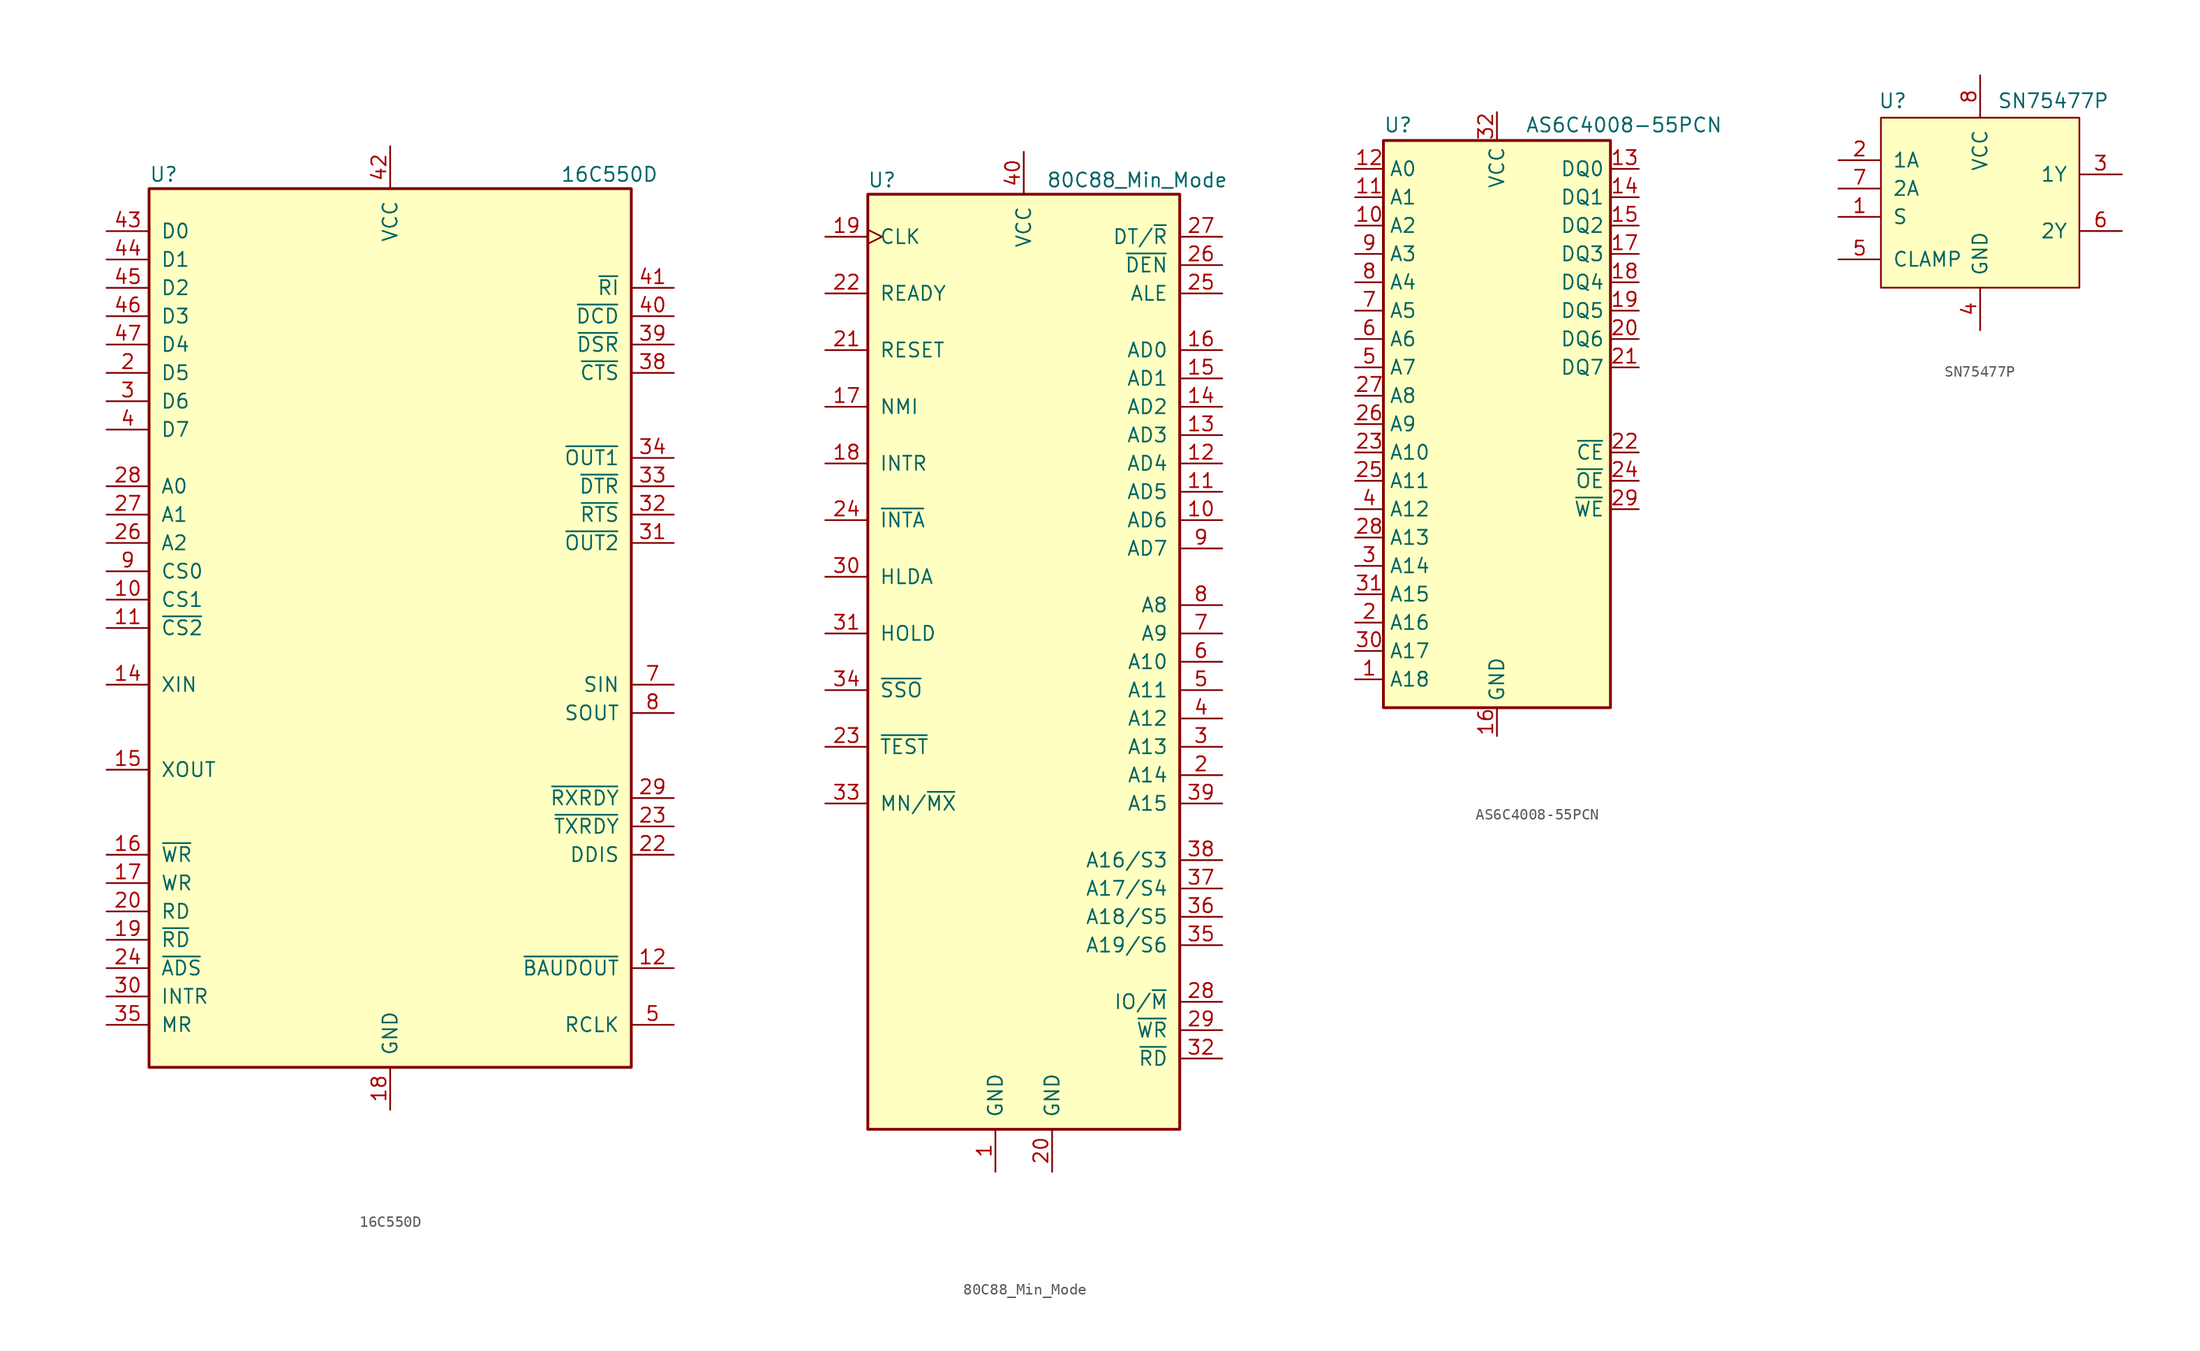
<source format=kicad_sym>
(kicad_symbol_lib
  (version 20231120)
  (generator "kicad_symbol_editor")
  (generator_version "8.0")
  (symbol "16C550D"
    (pin_names
      (offset 1.016))
    (property "Reference" "U"
      (at -21.59 40.64 0)
      (effects (font (size 1.27 1.27)) (justify left)))
    (property "Value" "16C550D"
      (at 15.24 40.64 0)
      (effects (font (size 1.27 1.27)) (justify left)))
    (symbol "16C550D_0_1"
      (rectangle (start -21.59 -39.37) (end 21.59 39.37) (stroke (width 0.254) (type default)) (fill (type background))))
    (symbol "16C550D_1_0"
      (pin no_connect line (at 24.13 35.56 180) (length 2.54) hide (name "NC" (effects (font (size 1.27 1.27)))) (number "1" (effects (font (size 1.27 1.27)))))
      (pin no_connect line (at 24.13 20.32 180) (length 2.54) hide (name "NC" (effects (font (size 1.27 1.27)))) (number "13" (effects (font (size 1.27 1.27)))))
      (pin no_connect line (at 24.13 17.78 180) (length 2.54) hide (name "NC" (effects (font (size 1.27 1.27)))) (number "21" (effects (font (size 1.27 1.27)))))
      (pin no_connect line (at 24.13 5.08 180) (length 2.54) hide (name "NC" (effects (font (size 1.27 1.27)))) (number "25" (effects (font (size 1.27 1.27)))))
      (pin no_connect line (at 24.13 2.54 180) (length 2.54) hide (name "NC" (effects (font (size 1.27 1.27)))) (number "36" (effects (font (size 1.27 1.27)))))
      (pin no_connect line (at 24.13 0 180) (length 2.54) hide (name "NC" (effects (font (size 1.27 1.27)))) (number "37" (effects (font (size 1.27 1.27)))))
      (pin no_connect line (at 24.13 -2.54 180) (length 2.54) hide (name "NC" (effects (font (size 1.27 1.27)))) (number "48" (effects (font (size 1.27 1.27)))))
      (pin no_connect line (at 24.13 33.02 180) (length 2.54) hide (name "NC" (effects (font (size 1.27 1.27)))) (number "6" (effects (font (size 1.27 1.27))))))
    (symbol "16C550D_1_1"
      (pin input line (at -25.4 2.54 0) (length 3.81) (name "CS1" (effects (font (size 1.27 1.27)))) (number "10" (effects (font (size 1.27 1.27)))))
      (pin input line (at -25.4 0 0) (length 3.81) (name "~{CS2}" (effects (font (size 1.27 1.27)))) (number "11" (effects (font (size 1.27 1.27)))))
      (pin output line (at 25.4 -30.48 180) (length 3.81) (name "~{BAUDOUT}" (effects (font (size 1.27 1.27)))) (number "12" (effects (font (size 1.27 1.27)))))
      (pin input line (at -25.4 -5.08 0) (length 3.81) (name "XIN" (effects (font (size 1.27 1.27)))) (number "14" (effects (font (size 1.27 1.27)))))
      (pin output line (at -25.4 -12.7 0) (length 3.81) (name "XOUT" (effects (font (size 1.27 1.27)))) (number "15" (effects (font (size 1.27 1.27)))))
      (pin input line (at -25.4 -20.32 0) (length 3.81) (name "~{WR}" (effects (font (size 1.27 1.27)))) (number "16" (effects (font (size 1.27 1.27)))))
      (pin input line (at -25.4 -22.86 0) (length 3.81) (name "WR" (effects (font (size 1.27 1.27)))) (number "17" (effects (font (size 1.27 1.27)))))
      (pin power_in line (at 0 -43.18 90) (length 3.81) (name "GND" (effects (font (size 1.27 1.27)))) (number "18" (effects (font (size 1.27 1.27)))))
      (pin input line (at -25.4 -27.94 0) (length 3.81) (name "~{RD}" (effects (font (size 1.27 1.27)))) (number "19" (effects (font (size 1.27 1.27)))))
      (pin bidirectional line (at -25.4 22.86 0) (length 3.81) (name "D5" (effects (font (size 1.27 1.27)))) (number "2" (effects (font (size 1.27 1.27)))))
      (pin input line (at -25.4 -25.4 0) (length 3.81) (name "RD" (effects (font (size 1.27 1.27)))) (number "20" (effects (font (size 1.27 1.27)))))
      (pin output line (at 25.4 -20.32 180) (length 3.81) (name "DDIS" (effects (font (size 1.27 1.27)))) (number "22" (effects (font (size 1.27 1.27)))))
      (pin output line (at 25.4 -17.78 180) (length 3.81) (name "~{TXRDY}" (effects (font (size 1.27 1.27)))) (number "23" (effects (font (size 1.27 1.27)))))
      (pin input line (at -25.4 -30.48 0) (length 3.81) (name "~{ADS}" (effects (font (size 1.27 1.27)))) (number "24" (effects (font (size 1.27 1.27)))))
      (pin input line (at -25.4 7.62 0) (length 3.81) (name "A2" (effects (font (size 1.27 1.27)))) (number "26" (effects (font (size 1.27 1.27)))))
      (pin input line (at -25.4 10.16 0) (length 3.81) (name "A1" (effects (font (size 1.27 1.27)))) (number "27" (effects (font (size 1.27 1.27)))))
      (pin input line (at -25.4 12.7 0) (length 3.81) (name "A0" (effects (font (size 1.27 1.27)))) (number "28" (effects (font (size 1.27 1.27)))))
      (pin output line (at 25.4 -15.24 180) (length 3.81) (name "~{RXRDY}" (effects (font (size 1.27 1.27)))) (number "29" (effects (font (size 1.27 1.27)))))
      (pin bidirectional line (at -25.4 20.32 0) (length 3.81) (name "D6" (effects (font (size 1.27 1.27)))) (number "3" (effects (font (size 1.27 1.27)))))
      (pin output line (at -25.4 -33.02 0) (length 3.81) (name "INTR" (effects (font (size 1.27 1.27)))) (number "30" (effects (font (size 1.27 1.27)))))
      (pin output line (at 25.4 7.62 180) (length 3.81) (name "~{OUT2}" (effects (font (size 1.27 1.27)))) (number "31" (effects (font (size 1.27 1.27)))))
      (pin output line (at 25.4 10.16 180) (length 3.81) (name "~{RTS}" (effects (font (size 1.27 1.27)))) (number "32" (effects (font (size 1.27 1.27)))))
      (pin output line (at 25.4 12.7 180) (length 3.81) (name "~{DTR}" (effects (font (size 1.27 1.27)))) (number "33" (effects (font (size 1.27 1.27)))))
      (pin output line (at 25.4 15.24 180) (length 3.81) (name "~{OUT1}" (effects (font (size 1.27 1.27)))) (number "34" (effects (font (size 1.27 1.27)))))
      (pin input line (at -25.4 -35.56 0) (length 3.81) (name "MR" (effects (font (size 1.27 1.27)))) (number "35" (effects (font (size 1.27 1.27)))))
      (pin input line (at 25.4 22.86 180) (length 3.81) (name "~{CTS}" (effects (font (size 1.27 1.27)))) (number "38" (effects (font (size 1.27 1.27)))))
      (pin input line (at 25.4 25.4 180) (length 3.81) (name "~{DSR}" (effects (font (size 1.27 1.27)))) (number "39" (effects (font (size 1.27 1.27)))))
      (pin bidirectional line (at -25.4 17.78 0) (length 3.81) (name "D7" (effects (font (size 1.27 1.27)))) (number "4" (effects (font (size 1.27 1.27)))))
      (pin input line (at 25.4 27.94 180) (length 3.81) (name "~{DCD}" (effects (font (size 1.27 1.27)))) (number "40" (effects (font (size 1.27 1.27)))))
      (pin input line (at 25.4 30.48 180) (length 3.81) (name "~{RI}" (effects (font (size 1.27 1.27)))) (number "41" (effects (font (size 1.27 1.27)))))
      (pin power_in line (at 0 43.18 270) (length 3.81) (name "VCC" (effects (font (size 1.27 1.27)))) (number "42" (effects (font (size 1.27 1.27)))))
      (pin bidirectional line (at -25.4 35.56 0) (length 3.81) (name "D0" (effects (font (size 1.27 1.27)))) (number "43" (effects (font (size 1.27 1.27)))))
      (pin bidirectional line (at -25.4 33.02 0) (length 3.81) (name "D1" (effects (font (size 1.27 1.27)))) (number "44" (effects (font (size 1.27 1.27)))))
      (pin bidirectional line (at -25.4 30.48 0) (length 3.81) (name "D2" (effects (font (size 1.27 1.27)))) (number "45" (effects (font (size 1.27 1.27)))))
      (pin bidirectional line (at -25.4 27.94 0) (length 3.81) (name "D3" (effects (font (size 1.27 1.27)))) (number "46" (effects (font (size 1.27 1.27)))))
      (pin bidirectional line (at -25.4 25.4 0) (length 3.81) (name "D4" (effects (font (size 1.27 1.27)))) (number "47" (effects (font (size 1.27 1.27)))))
      (pin input line (at 25.4 -35.56 180) (length 3.81) (name "RCLK" (effects (font (size 1.27 1.27)))) (number "5" (effects (font (size 1.27 1.27)))))
      (pin input line (at 25.4 -5.08 180) (length 3.81) (name "SIN" (effects (font (size 1.27 1.27)))) (number "7" (effects (font (size 1.27 1.27)))))
      (pin output line (at 25.4 -7.62 180) (length 3.81) (name "SOUT" (effects (font (size 1.27 1.27)))) (number "8" (effects (font (size 1.27 1.27)))))
      (pin input line (at -25.4 5.08 0) (length 3.81) (name "CS0" (effects (font (size 1.27 1.27)))) (number "9" (effects (font (size 1.27 1.27)))))))
  (symbol "80C88_Min_Mode"
    (pin_names
      (offset 1.016))
    (property "Reference" "U"
      (at -12.7 43.18 0)
      (effects (font (size 1.27 1.27))))
    (property "Value" "80C88_Min_Mode"
      (at 10.16 43.18 0)
      (effects (font (size 1.27 1.27))))
    (symbol "80C88_Min_Mode_0_1"
      (rectangle (start -13.97 41.91) (end 13.97 -41.91) (stroke (width 0.254) (type default)) (fill (type background))))
    (symbol "80C88_Min_Mode_1_1"
      (pin power_in line (at -2.54 -45.72 90) (length 3.81) (name "GND" (effects (font (size 1.27 1.27)))) (number "1" (effects (font (size 1.27 1.27)))))
      (pin bidirectional line (at 17.78 12.7 180) (length 3.81) (name "AD6" (effects (font (size 1.27 1.27)))) (number "10" (effects (font (size 1.27 1.27)))))
      (pin bidirectional line (at 17.78 15.24 180) (length 3.81) (name "AD5" (effects (font (size 1.27 1.27)))) (number "11" (effects (font (size 1.27 1.27)))))
      (pin bidirectional line (at 17.78 17.78 180) (length 3.81) (name "AD4" (effects (font (size 1.27 1.27)))) (number "12" (effects (font (size 1.27 1.27)))))
      (pin bidirectional line (at 17.78 20.32 180) (length 3.81) (name "AD3" (effects (font (size 1.27 1.27)))) (number "13" (effects (font (size 1.27 1.27)))))
      (pin bidirectional line (at 17.78 22.86 180) (length 3.81) (name "AD2" (effects (font (size 1.27 1.27)))) (number "14" (effects (font (size 1.27 1.27)))))
      (pin bidirectional line (at 17.78 25.4 180) (length 3.81) (name "AD1" (effects (font (size 1.27 1.27)))) (number "15" (effects (font (size 1.27 1.27)))))
      (pin bidirectional line (at 17.78 27.94 180) (length 3.81) (name "AD0" (effects (font (size 1.27 1.27)))) (number "16" (effects (font (size 1.27 1.27)))))
      (pin input line (at -17.78 22.86 0) (length 3.81) (name "NMI" (effects (font (size 1.27 1.27)))) (number "17" (effects (font (size 1.27 1.27)))))
      (pin input line (at -17.78 17.78 0) (length 3.81) (name "INTR" (effects (font (size 1.27 1.27)))) (number "18" (effects (font (size 1.27 1.27)))))
      (pin input clock (at -17.78 38.1 0) (length 3.81) (name "CLK" (effects (font (size 1.27 1.27)))) (number "19" (effects (font (size 1.27 1.27)))))
      (pin output line (at 17.78 -10.16 180) (length 3.81) (name "A14" (effects (font (size 1.27 1.27)))) (number "2" (effects (font (size 1.27 1.27)))))
      (pin power_in line (at 2.54 -45.72 90) (length 3.81) (name "GND" (effects (font (size 1.27 1.27)))) (number "20" (effects (font (size 1.27 1.27)))))
      (pin input line (at -17.78 27.94 0) (length 3.81) (name "RESET" (effects (font (size 1.27 1.27)))) (number "21" (effects (font (size 1.27 1.27)))))
      (pin input line (at -17.78 33.02 0) (length 3.81) (name "READY" (effects (font (size 1.27 1.27)))) (number "22" (effects (font (size 1.27 1.27)))))
      (pin input line (at -17.78 -7.62 0) (length 3.81) (name "~{TEST}" (effects (font (size 1.27 1.27)))) (number "23" (effects (font (size 1.27 1.27)))))
      (pin output line (at -17.78 12.7 0) (length 3.81) (name "~{INTA}" (effects (font (size 1.27 1.27)))) (number "24" (effects (font (size 1.27 1.27)))))
      (pin output line (at 17.78 33.02 180) (length 3.81) (name "ALE" (effects (font (size 1.27 1.27)))) (number "25" (effects (font (size 1.27 1.27)))))
      (pin output line (at 17.78 35.56 180) (length 3.81) (name "~{DEN}" (effects (font (size 1.27 1.27)))) (number "26" (effects (font (size 1.27 1.27)))))
      (pin output line (at 17.78 38.1 180) (length 3.81) (name "DT/~{R}" (effects (font (size 1.27 1.27)))) (number "27" (effects (font (size 1.27 1.27)))))
      (pin output line (at 17.78 -30.48 180) (length 3.81) (name "IO/~{M}" (effects (font (size 1.27 1.27)))) (number "28" (effects (font (size 1.27 1.27)))))
      (pin output line (at 17.78 -33.02 180) (length 3.81) (name "~{WR}" (effects (font (size 1.27 1.27)))) (number "29" (effects (font (size 1.27 1.27)))))
      (pin output line (at 17.78 -7.62 180) (length 3.81) (name "A13" (effects (font (size 1.27 1.27)))) (number "3" (effects (font (size 1.27 1.27)))))
      (pin output line (at -17.78 7.62 0) (length 3.81) (name "HLDA" (effects (font (size 1.27 1.27)))) (number "30" (effects (font (size 1.27 1.27)))))
      (pin input line (at -17.78 2.54 0) (length 3.81) (name "HOLD" (effects (font (size 1.27 1.27)))) (number "31" (effects (font (size 1.27 1.27)))))
      (pin output line (at 17.78 -35.56 180) (length 3.81) (name "~{RD}" (effects (font (size 1.27 1.27)))) (number "32" (effects (font (size 1.27 1.27)))))
      (pin input line (at -17.78 -12.7 0) (length 3.81) (name "MN/~{MX}" (effects (font (size 1.27 1.27)))) (number "33" (effects (font (size 1.27 1.27)))))
      (pin output line (at -17.78 -2.54 0) (length 3.81) (name "~{SSO}" (effects (font (size 1.27 1.27)))) (number "34" (effects (font (size 1.27 1.27)))))
      (pin output line (at 17.78 -25.4 180) (length 3.81) (name "A19/S6" (effects (font (size 1.27 1.27)))) (number "35" (effects (font (size 1.27 1.27)))))
      (pin output line (at 17.78 -22.86 180) (length 3.81) (name "A18/S5" (effects (font (size 1.27 1.27)))) (number "36" (effects (font (size 1.27 1.27)))))
      (pin output line (at 17.78 -20.32 180) (length 3.81) (name "A17/S4" (effects (font (size 1.27 1.27)))) (number "37" (effects (font (size 1.27 1.27)))))
      (pin output line (at 17.78 -17.78 180) (length 3.81) (name "A16/S3" (effects (font (size 1.27 1.27)))) (number "38" (effects (font (size 1.27 1.27)))))
      (pin output line (at 17.78 -12.7 180) (length 3.81) (name "A15" (effects (font (size 1.27 1.27)))) (number "39" (effects (font (size 1.27 1.27)))))
      (pin output line (at 17.78 -5.08 180) (length 3.81) (name "A12" (effects (font (size 1.27 1.27)))) (number "4" (effects (font (size 1.27 1.27)))))
      (pin power_in line (at 0 45.72 270) (length 3.81) (name "VCC" (effects (font (size 1.27 1.27)))) (number "40" (effects (font (size 1.27 1.27)))))
      (pin output line (at 17.78 -2.54 180) (length 3.81) (name "A11" (effects (font (size 1.27 1.27)))) (number "5" (effects (font (size 1.27 1.27)))))
      (pin output line (at 17.78 0 180) (length 3.81) (name "A10" (effects (font (size 1.27 1.27)))) (number "6" (effects (font (size 1.27 1.27)))))
      (pin output line (at 17.78 2.54 180) (length 3.81) (name "A9" (effects (font (size 1.27 1.27)))) (number "7" (effects (font (size 1.27 1.27)))))
      (pin output line (at 17.78 5.08 180) (length 3.81) (name "A8" (effects (font (size 1.27 1.27)))) (number "8" (effects (font (size 1.27 1.27)))))
      (pin bidirectional line (at 17.78 10.16 180) (length 3.81) (name "AD7" (effects (font (size 1.27 1.27)))) (number "9" (effects (font (size 1.27 1.27)))))))
  (symbol "AS6C4008-55PCN"
    (property "Reference" "U"
      (at -10.16 26.035 0)
      (effects (font (size 1.27 1.27)) (justify left bottom)))
    (property "Value" "AS6C4008-55PCN"
      (at 2.54 26.035 0)
      (effects (font (size 1.27 1.27)) (justify left bottom)))
    (symbol "AS6C4008-55PCN_0_0"
      (pin power_in line (at 0 -27.94 90) (length 2.54) (name "GND" (effects (font (size 1.27 1.27)))) (number "16" (effects (font (size 1.27 1.27)))))
      (pin power_in line (at 0 27.94 270) (length 2.54) (name "VCC" (effects (font (size 1.27 1.27)))) (number "32" (effects (font (size 1.27 1.27))))))
    (symbol "AS6C4008-55PCN_0_1"
      (rectangle (start -10.16 25.4) (end 10.16 -25.4) (stroke (width 0.254) (type default)) (fill (type background))))
    (symbol "AS6C4008-55PCN_1_1"
      (pin input line (at -12.7 -22.86 0) (length 2.54) (name "A18" (effects (font (size 1.27 1.27)))) (number "1" (effects (font (size 1.27 1.27)))))
      (pin input line (at -12.7 17.78 0) (length 2.54) (name "A2" (effects (font (size 1.27 1.27)))) (number "10" (effects (font (size 1.27 1.27)))))
      (pin input line (at -12.7 20.32 0) (length 2.54) (name "A1" (effects (font (size 1.27 1.27)))) (number "11" (effects (font (size 1.27 1.27)))))
      (pin input line (at -12.7 22.86 0) (length 2.54) (name "A0" (effects (font (size 1.27 1.27)))) (number "12" (effects (font (size 1.27 1.27)))))
      (pin tri_state line (at 12.7 22.86 180) (length 2.54) (name "DQ0" (effects (font (size 1.27 1.27)))) (number "13" (effects (font (size 1.27 1.27)))))
      (pin tri_state line (at 12.7 20.32 180) (length 2.54) (name "DQ1" (effects (font (size 1.27 1.27)))) (number "14" (effects (font (size 1.27 1.27)))))
      (pin tri_state line (at 12.7 17.78 180) (length 2.54) (name "DQ2" (effects (font (size 1.27 1.27)))) (number "15" (effects (font (size 1.27 1.27)))))
      (pin tri_state line (at 12.7 15.24 180) (length 2.54) (name "DQ3" (effects (font (size 1.27 1.27)))) (number "17" (effects (font (size 1.27 1.27)))))
      (pin tri_state line (at 12.7 12.7 180) (length 2.54) (name "DQ4" (effects (font (size 1.27 1.27)))) (number "18" (effects (font (size 1.27 1.27)))))
      (pin tri_state line (at 12.7 10.16 180) (length 2.54) (name "DQ5" (effects (font (size 1.27 1.27)))) (number "19" (effects (font (size 1.27 1.27)))))
      (pin input line (at -12.7 -17.78 0) (length 2.54) (name "A16" (effects (font (size 1.27 1.27)))) (number "2" (effects (font (size 1.27 1.27)))))
      (pin tri_state line (at 12.7 7.62 180) (length 2.54) (name "DQ6" (effects (font (size 1.27 1.27)))) (number "20" (effects (font (size 1.27 1.27)))))
      (pin tri_state line (at 12.7 5.08 180) (length 2.54) (name "DQ7" (effects (font (size 1.27 1.27)))) (number "21" (effects (font (size 1.27 1.27)))))
      (pin input line (at 12.7 -2.54 180) (length 2.54) (name "~{CE}" (effects (font (size 1.27 1.27)))) (number "22" (effects (font (size 1.27 1.27)))))
      (pin input line (at -12.7 -2.54 0) (length 2.54) (name "A10" (effects (font (size 1.27 1.27)))) (number "23" (effects (font (size 1.27 1.27)))))
      (pin input line (at 12.7 -5.08 180) (length 2.54) (name "~{OE}" (effects (font (size 1.27 1.27)))) (number "24" (effects (font (size 1.27 1.27)))))
      (pin input line (at -12.7 -5.08 0) (length 2.54) (name "A11" (effects (font (size 1.27 1.27)))) (number "25" (effects (font (size 1.27 1.27)))))
      (pin input line (at -12.7 0 0) (length 2.54) (name "A9" (effects (font (size 1.27 1.27)))) (number "26" (effects (font (size 1.27 1.27)))))
      (pin input line (at -12.7 2.54 0) (length 2.54) (name "A8" (effects (font (size 1.27 1.27)))) (number "27" (effects (font (size 1.27 1.27)))))
      (pin input line (at -12.7 -10.16 0) (length 2.54) (name "A13" (effects (font (size 1.27 1.27)))) (number "28" (effects (font (size 1.27 1.27)))))
      (pin input line (at 12.7 -7.62 180) (length 2.54) (name "~{WE}" (effects (font (size 1.27 1.27)))) (number "29" (effects (font (size 1.27 1.27)))))
      (pin input line (at -12.7 -12.7 0) (length 2.54) (name "A14" (effects (font (size 1.27 1.27)))) (number "3" (effects (font (size 1.27 1.27)))))
      (pin input line (at -12.7 -20.32 0) (length 2.54) (name "A17" (effects (font (size 1.27 1.27)))) (number "30" (effects (font (size 1.27 1.27)))))
      (pin input line (at -12.7 -15.24 0) (length 2.54) (name "A15" (effects (font (size 1.27 1.27)))) (number "31" (effects (font (size 1.27 1.27)))))
      (pin input line (at -12.7 -7.62 0) (length 2.54) (name "A12" (effects (font (size 1.27 1.27)))) (number "4" (effects (font (size 1.27 1.27)))))
      (pin input line (at -12.7 5.08 0) (length 2.54) (name "A7" (effects (font (size 1.27 1.27)))) (number "5" (effects (font (size 1.27 1.27)))))
      (pin input line (at -12.7 7.62 0) (length 2.54) (name "A6" (effects (font (size 1.27 1.27)))) (number "6" (effects (font (size 1.27 1.27)))))
      (pin input line (at -12.7 10.16 0) (length 2.54) (name "A5" (effects (font (size 1.27 1.27)))) (number "7" (effects (font (size 1.27 1.27)))))
      (pin input line (at -12.7 12.7 0) (length 2.54) (name "A4" (effects (font (size 1.27 1.27)))) (number "8" (effects (font (size 1.27 1.27)))))
      (pin input line (at -12.7 15.24 0) (length 2.54) (name "A3" (effects (font (size 1.27 1.27)))) (number "9" (effects (font (size 1.27 1.27)))))))
  (symbol "SN75477P"
    (pin_names
      (offset 1.016))
    (property "Reference" "U"
      (at -9.144 8.382 0)
      (effects (font (size 1.27 1.27)) (justify left bottom)))
    (property "Value" "SN75477P"
      (at 1.524 8.382 0)
      (effects (font (size 1.27 1.27)) (justify left bottom)))
    (symbol "SN75477P_1_0"
      (rectangle (start -8.89 7.62) (end 8.89 -7.62) (stroke (width 0) (type default)) (fill (type background)))
      (pin input line (at -12.7 -1.27 0) (length 3.81) (name "S" (effects (font (size 1.27 1.27)))) (number "1" (effects (font (size 1.27 1.27)))))
      (pin input line (at -12.7 3.81 0) (length 3.81) (name "1A" (effects (font (size 1.27 1.27)))) (number "2" (effects (font (size 1.27 1.27)))))
      (pin output line (at 12.7 2.54 180) (length 3.81) (name "1Y" (effects (font (size 1.27 1.27)))) (number "3" (effects (font (size 1.27 1.27)))))
      (pin power_in line (at 0 -11.43 90) (length 3.81) (name "GND" (effects (font (size 1.27 1.27)))) (number "4" (effects (font (size 1.27 1.27)))))
      (pin bidirectional line (at -12.7 -5.08 0) (length 3.81) (name "CLAMP" (effects (font (size 1.27 1.27)))) (number "5" (effects (font (size 1.27 1.27)))))
      (pin output line (at 12.7 -2.54 180) (length 3.81) (name "2Y" (effects (font (size 1.27 1.27)))) (number "6" (effects (font (size 1.27 1.27)))))
      (pin input line (at -12.7 1.27 0) (length 3.81) (name "2A" (effects (font (size 1.27 1.27)))) (number "7" (effects (font (size 1.27 1.27)))))
      (pin power_in line (at 0 11.43 270) (length 3.81) (name "VCC" (effects (font (size 1.27 1.27)))) (number "8" (effects (font (size 1.27 1.27))))))))
</source>
